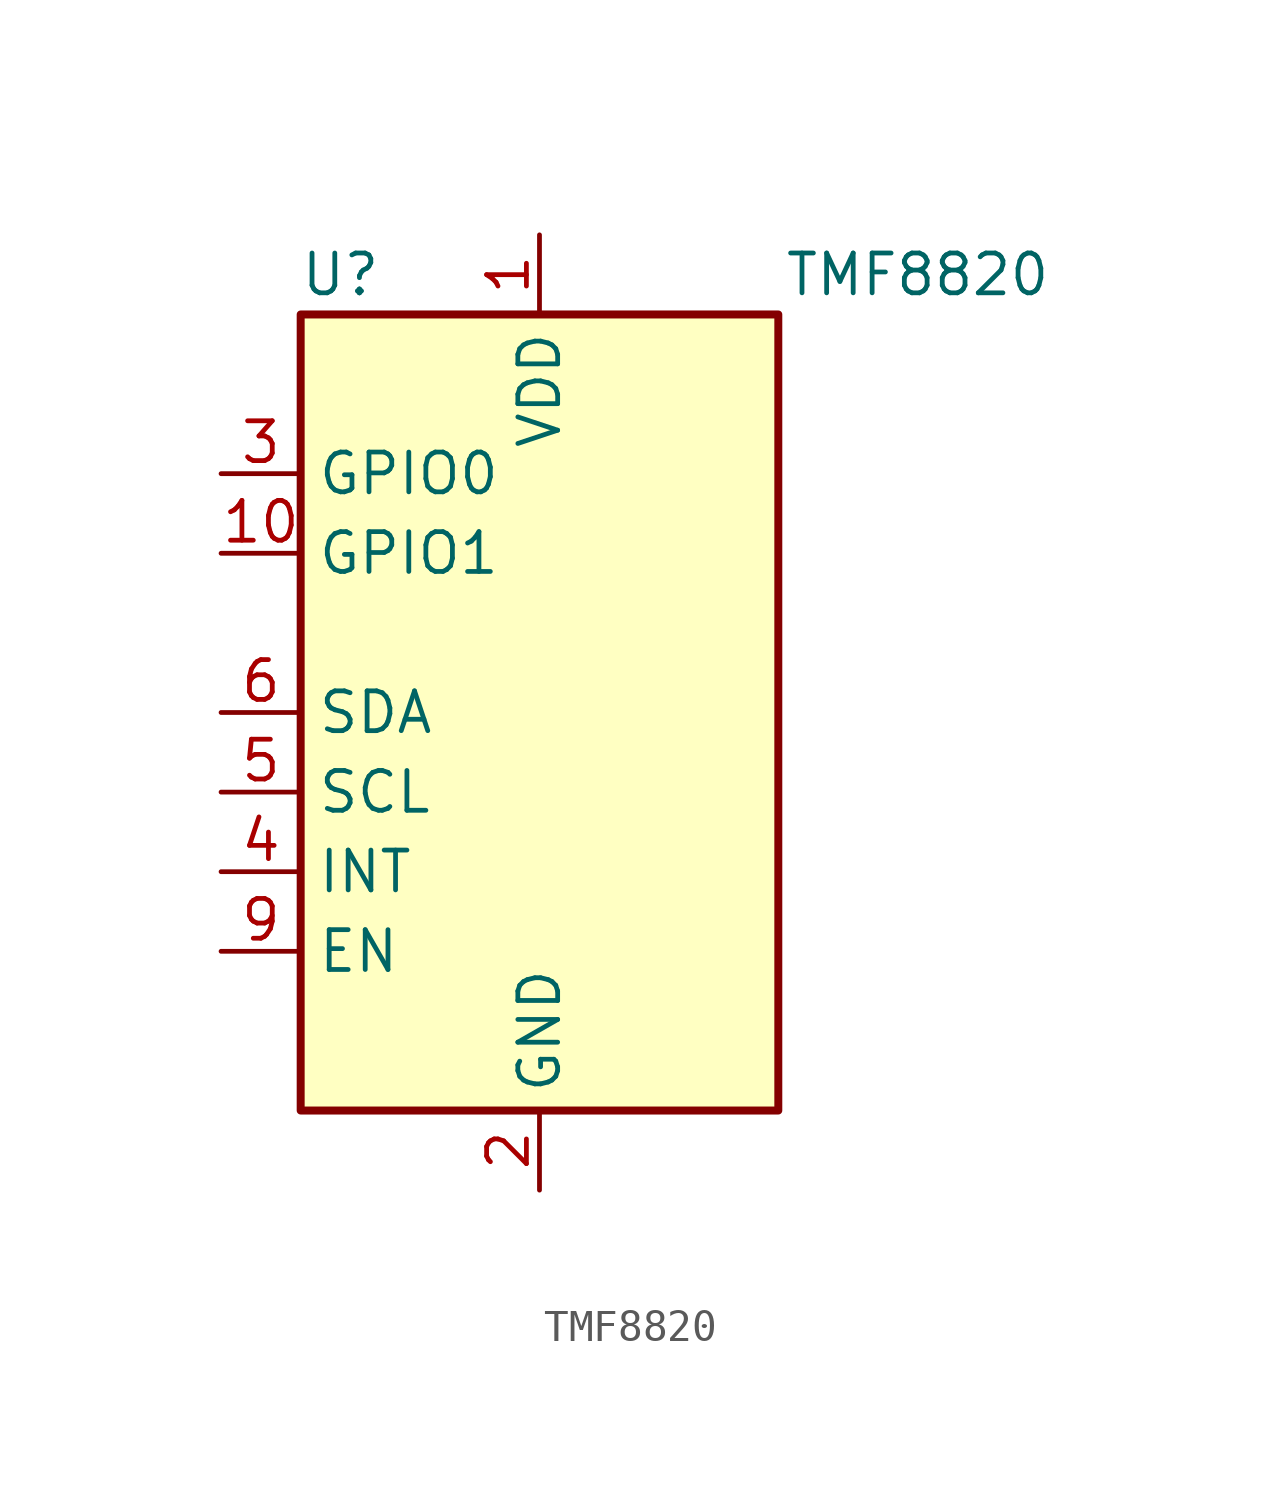
<source format=kicad_sym>
(kicad_symbol_lib
  (version 20231120)
  (generator "kicad_symbol_editor")
  (generator_version "8.0")
  (symbol "TMF8820"
    (property "Reference" "U"
      (at -6.35 13.97 0)
      (effects (font (size 1.27 1.27))))
    (property "Value" "TMF8820"
      (at 12.065 13.97 0)
      (effects (font (size 1.27 1.27))))
    (symbol "TMF8820_0_1"
      (rectangle (start -7.62 12.7) (end 7.62 -12.7) (stroke (width 0.254) (type default)) (fill (type background))))
    (symbol "TMF8820_1_1"
      (pin power_in line (at 0 15.24 270) (length 2.54) (name "VDD" (effects (font (size 1.27 1.27)))) (number "1" (effects (font (size 1.27 1.27)))))
      (pin tri_state line (at -10.16 5.08 0) (length 2.54) (name "GPIO1" (effects (font (size 1.27 1.27)))) (number "10" (effects (font (size 1.27 1.27)))))
      (pin passive line (at 0 -15.24 90) (length 2.54) hide (name "GND" (effects (font (size 1.27 1.27)))) (number "11" (effects (font (size 1.27 1.27)))))
      (pin passive line (at 0 15.24 270) (length 2.54) hide (name "VDD" (effects (font (size 1.27 1.27)))) (number "12" (effects (font (size 1.27 1.27)))))
      (pin power_in line (at 0 -15.24 90) (length 2.54) (name "GND" (effects (font (size 1.27 1.27)))) (number "2" (effects (font (size 1.27 1.27)))))
      (pin tri_state line (at -10.16 7.62 0) (length 2.54) (name "GPIO0" (effects (font (size 1.27 1.27)))) (number "3" (effects (font (size 1.27 1.27)))))
      (pin open_collector line (at -10.16 -5.08 0) (length 2.54) (name "INT" (effects (font (size 1.27 1.27)))) (number "4" (effects (font (size 1.27 1.27)))))
      (pin input line (at -10.16 -2.54 0) (length 2.54) (name "SCL" (effects (font (size 1.27 1.27)))) (number "5" (effects (font (size 1.27 1.27)))))
      (pin bidirectional line (at -10.16 0 0) (length 2.54) (name "SDA" (effects (font (size 1.27 1.27)))) (number "6" (effects (font (size 1.27 1.27)))))
      (pin passive line (at 0 15.24 270) (length 2.54) hide (name "VDD" (effects (font (size 1.27 1.27)))) (number "7" (effects (font (size 1.27 1.27)))))
      (pin passive line (at 0 -15.24 90) (length 2.54) hide (name "GND" (effects (font (size 1.27 1.27)))) (number "8" (effects (font (size 1.27 1.27)))))
      (pin input line (at -10.16 -7.62 0) (length 2.54) (name "EN" (effects (font (size 1.27 1.27)))) (number "9" (effects (font (size 1.27 1.27))))))))
</source>
